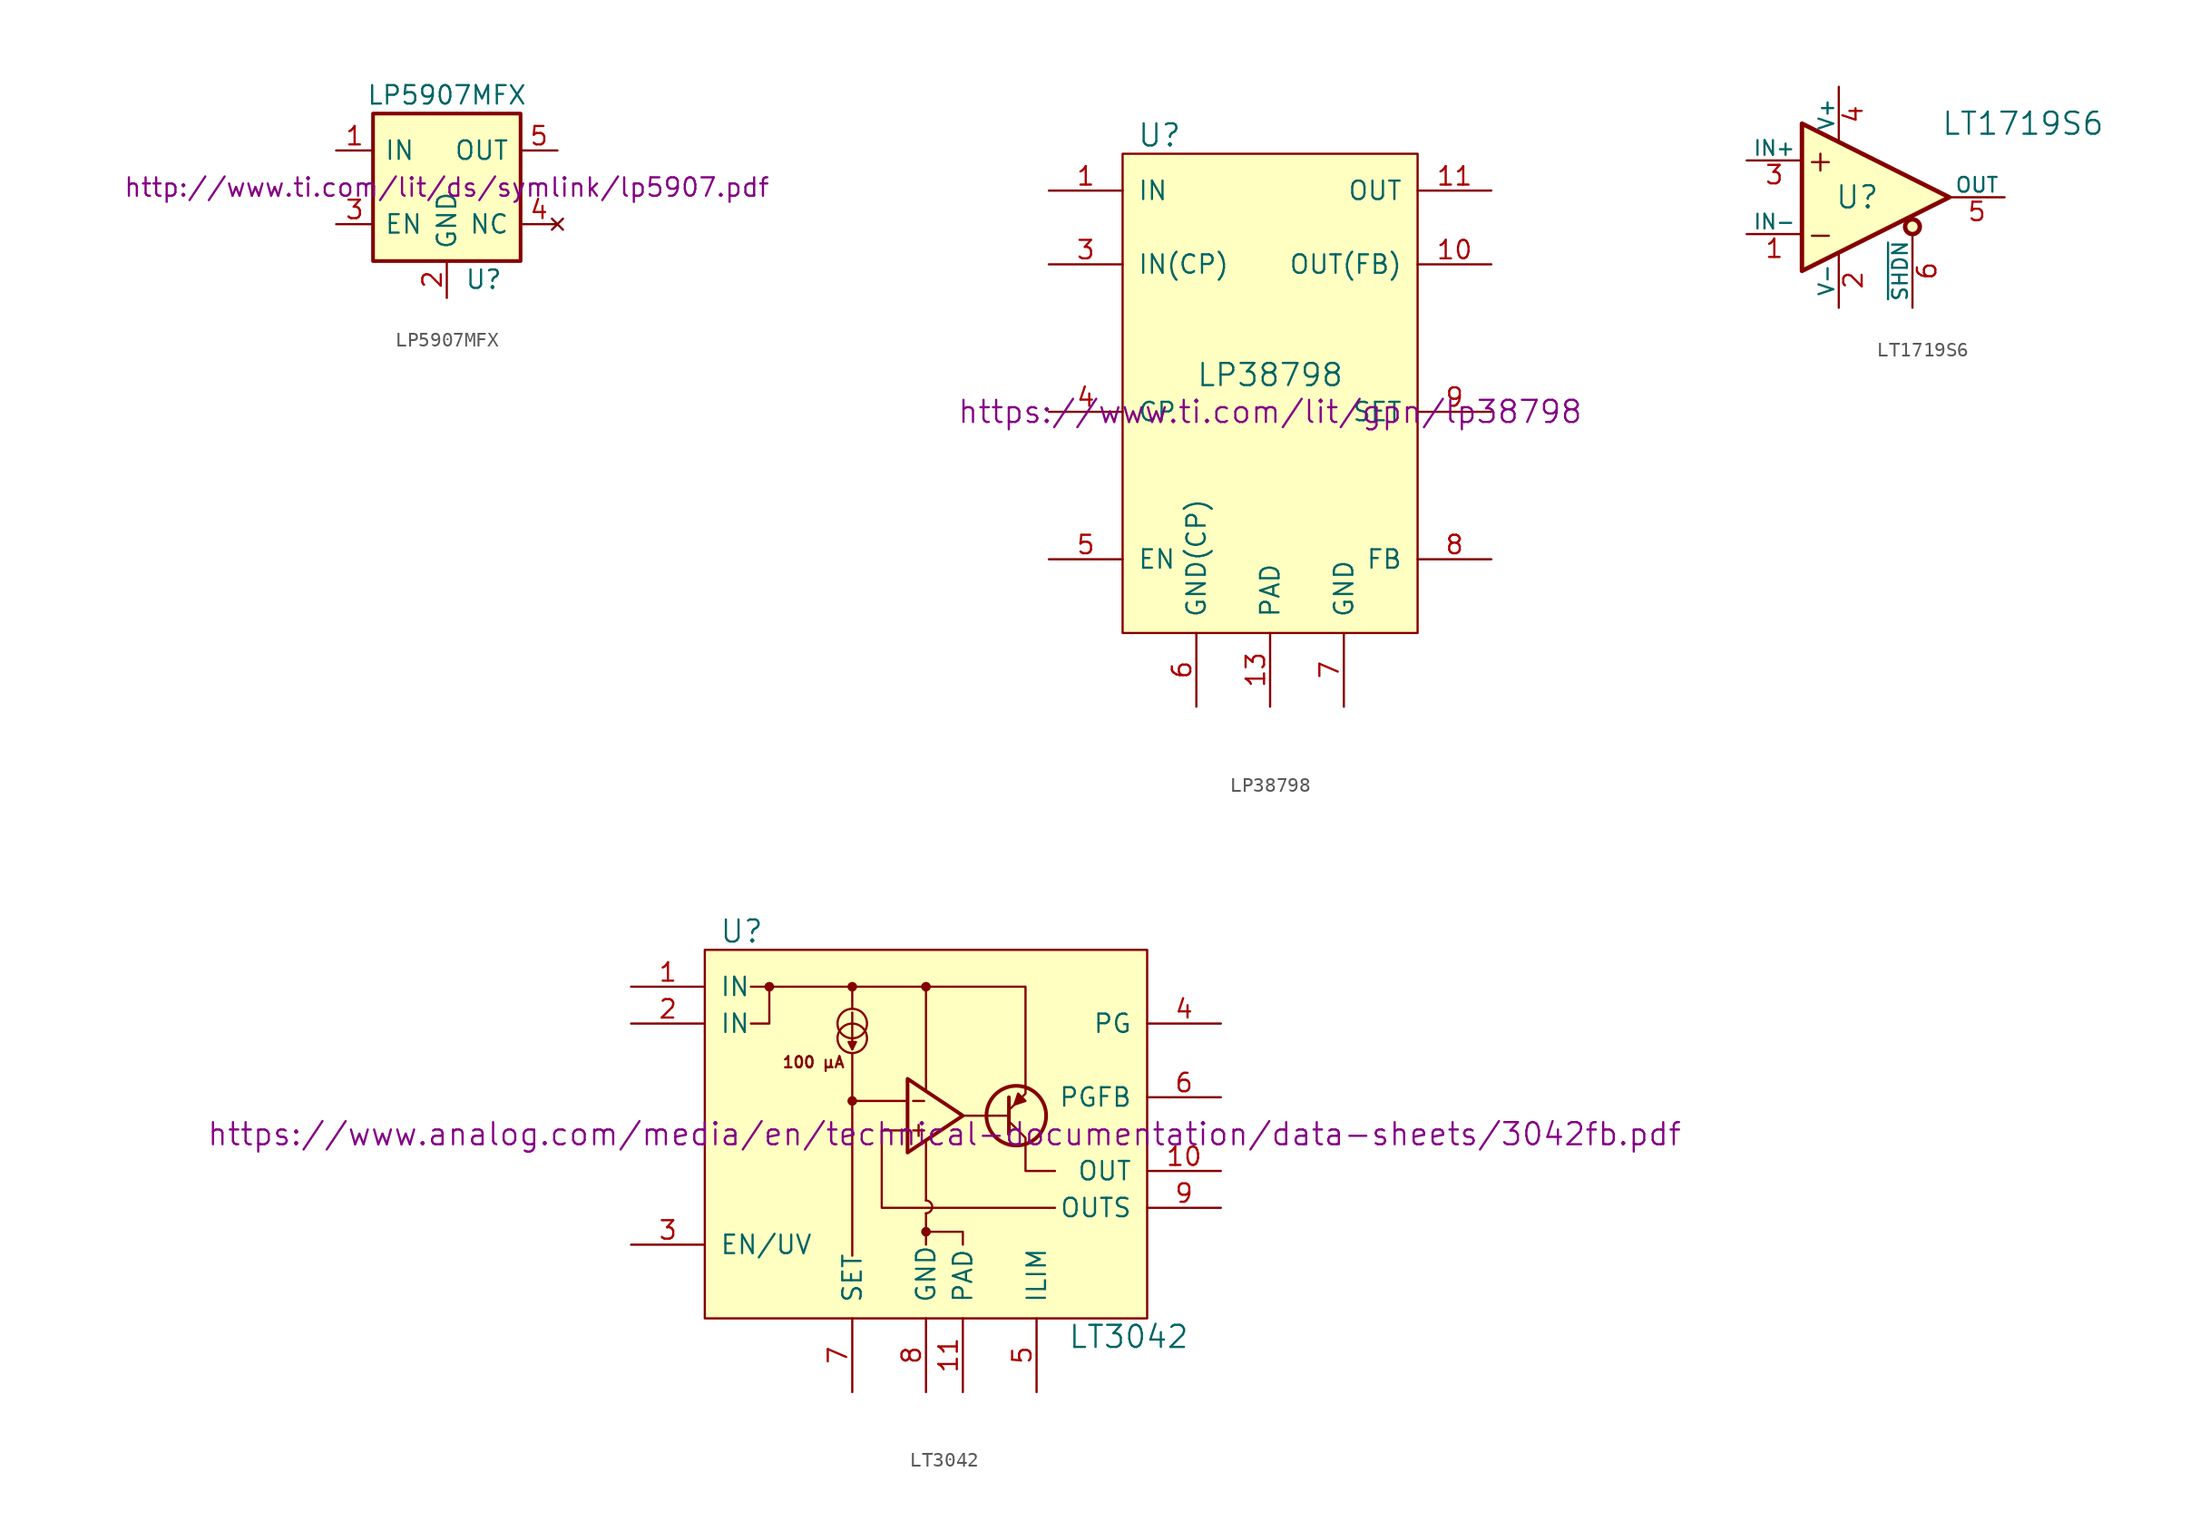
<source format=kicad_sym>
(kicad_symbol_lib
  (version 20231120)
  (generator "kicad_symbol_editor")
  (generator_version "8.0")
  (symbol "LP5907MFX"
    (pin_names
      (offset 0.762))
    (property "Reference" "U"
      (at 2.54 -6.35 0)
      (effects (font (size 1.27 1.27))))
    (property "Value" "LP5907MFX"
      (at 0 6.35 0)
      (effects (font (size 1.27 1.27))))
    (property "Footprint" ""
      (at 0 0 0)
      (effects (font (size 1.27 1.27))))
    (property "Datasheet" "http://www.ti.com/lit/ds/symlink/lp5907.pdf"
      (at 0 0 0)
      (effects (font (size 1.27 1.27))))
    (symbol "LP5907MFX_0_1"
      (rectangle (start -5.08 -5.08) (end 5.08 5.08) (stroke (width 0.254) (type default)) (fill (type background))))
    (symbol "LP5907MFX_1_1"
      (pin power_in line (at -7.62 2.54 0) (length 2.54) (name "IN" (effects (font (size 1.27 1.27)))) (number "1" (effects (font (size 1.27 1.27)))))
      (pin power_in line (at 0 -7.62 90) (length 2.54) (name "GND" (effects (font (size 1.27 1.27)))) (number "2" (effects (font (size 1.27 1.27)))))
      (pin input line (at -7.62 -2.54 0) (length 2.54) (name "EN" (effects (font (size 1.27 1.27)))) (number "3" (effects (font (size 1.27 1.27)))))
      (pin no_connect line (at 7.62 -2.54 180) (length 2.54) (name "NC" (effects (font (size 1.27 1.27)))) (number "4" (effects (font (size 1.27 1.27)))))
      (pin power_out line (at 7.62 2.54 180) (length 2.54) (name "OUT" (effects (font (size 1.27 1.27)))) (number "5" (effects (font (size 1.27 1.27)))))))
  (symbol "LP38798"
    (pin_names
      (offset 1.016))
    (property "Reference" "U"
      (at -7.62 19.05 0)
      (effects (font (size 1.524 1.524))))
    (property "Value" "LP38798"
      (at 0 2.54 0)
      (effects (font (size 1.524 1.524))))
    (property "Footprint" ""
      (at 0 0 0)
      (effects (font (size 1.524 1.524))))
    (property "Datasheet" "https://www.ti.com/lit/gpn/lp38798"
      (at 0 0 0)
      (effects (font (size 1.524 1.524))))
    (symbol "LP38798_0_1"
      (rectangle (start -10.16 17.78) (end 10.16 -15.24) (stroke (width 0) (type default)) (fill (type background))))
    (symbol "LP38798_1_1"
      (pin power_in line (at -15.24 15.24 0) (length 5.08) (name "IN" (effects (font (size 1.27 1.27)))) (number "1" (effects (font (size 1.27 1.27)))))
      (pin input line (at 15.24 10.16 180) (length 5.08) (name "OUT(FB)" (effects (font (size 1.27 1.27)))) (number "10" (effects (font (size 1.27 1.27)))))
      (pin power_out line (at 15.24 15.24 180) (length 5.08) (name "OUT" (effects (font (size 1.27 1.27)))) (number "11" (effects (font (size 1.27 1.27)))))
      (pin power_in line (at 15.24 15.24 180) (length 5.08) hide (name "OUT" (effects (font (size 1.27 1.27)))) (number "12" (effects (font (size 1.27 1.27)))))
      (pin power_in line (at 0 -20.32 90) (length 5.08) (name "PAD" (effects (font (size 1.27 1.27)))) (number "13" (effects (font (size 1.27 1.27)))))
      (pin power_in line (at -15.24 15.24 0) (length 5.08) hide (name "IN" (effects (font (size 1.27 1.27)))) (number "2" (effects (font (size 1.27 1.27)))))
      (pin power_in line (at -15.24 10.16 0) (length 5.08) (name "IN(CP)" (effects (font (size 1.27 1.27)))) (number "3" (effects (font (size 1.27 1.27)))))
      (pin power_out line (at -15.24 0 0) (length 5.08) (name "CP" (effects (font (size 1.27 1.27)))) (number "4" (effects (font (size 1.27 1.27)))))
      (pin input line (at -15.24 -10.16 0) (length 5.08) (name "EN" (effects (font (size 1.27 1.27)))) (number "5" (effects (font (size 1.27 1.27)))))
      (pin power_in line (at -5.08 -20.32 90) (length 5.08) (name "GND(CP)" (effects (font (size 1.27 1.27)))) (number "6" (effects (font (size 1.27 1.27)))))
      (pin power_in line (at 5.08 -20.32 90) (length 5.08) (name "GND" (effects (font (size 1.27 1.27)))) (number "7" (effects (font (size 1.27 1.27)))))
      (pin input line (at 15.24 -10.16 180) (length 5.08) (name "FB" (effects (font (size 1.27 1.27)))) (number "8" (effects (font (size 1.27 1.27)))))
      (pin bidirectional line (at 15.24 0 180) (length 5.08) (name "SET" (effects (font (size 1.27 1.27)))) (number "9" (effects (font (size 1.27 1.27)))))))
  (symbol "LT1719S6"
    (pin_names
      (offset 0))
    (property "Reference" "U"
      (at -1.27 0 0)
      (effects (font (size 1.524 1.524))))
    (property "Value" "LT1719S6"
      (at 10.16 5.08 0)
      (effects (font (size 1.524 1.524))))
    (property "Footprint" ""
      (at 0 0 0)
      (effects (font (size 1.524 1.524))))
    (property "Datasheet" ""
      (at 0 0 0)
      (effects (font (size 1.524 1.524))))
    (symbol "LT1719S6_0_0"
      (text "+" (at -3.81 2.54 0) (effects (font (size 1.524 1.524))))
      (text "-" (at -3.81 -2.54 0) (effects (font (size 1.524 1.524)))))
    (symbol "LT1719S6_0_1"
      (polyline (pts (xy -5.08 5.08) (xy -5.08 -5.08) (xy 5.08 0) (xy -5.08 5.08)) (stroke (width 0.305) (type default)) (fill (type background)))
      (circle (center 2.54 -2.032) (radius 0.508) (stroke (width 0.305) (type default)) (fill (type background))))
    (symbol "LT1719S6_1_1"
      (pin input line (at -8.89 -2.54 0) (length 3.81) (name "IN-" (effects (font (size 1.016 1.016)))) (number "1" (effects (font (size 1.27 1.27)))))
      (pin power_in line (at -2.54 -7.62 90) (length 3.81) (name "V-" (effects (font (size 1.016 1.016)))) (number "2" (effects (font (size 1.27 1.27)))))
      (pin input line (at -8.89 2.54 0) (length 3.81) (name "IN+" (effects (font (size 1.016 1.016)))) (number "3" (effects (font (size 1.27 1.27)))))
      (pin power_in line (at -2.54 7.62 270) (length 3.81) (name "V+" (effects (font (size 1.016 1.016)))) (number "4" (effects (font (size 1.27 1.27)))))
      (pin output line (at 8.89 0 180) (length 3.81) (name "OUT" (effects (font (size 1.016 1.016)))) (number "5" (effects (font (size 1.27 1.27)))))
      (pin input line (at 2.54 -7.62 90) (length 5.08) (name "~{SHDN}" (effects (font (size 1.016 1.016)))) (number "6" (effects (font (size 1.27 1.27)))))))
  (symbol "LT3042"
    (pin_names
      (offset 1.016))
    (property "Reference" "U"
      (at -12.7 13.97 0)
      (effects (font (size 1.524 1.524))))
    (property "Value" "LT3042"
      (at 13.97 -13.97 0)
      (effects (font (size 1.524 1.524))))
    (property "Datasheet" "https://www.analog.com/media/en/technical-documentation/data-sheets/3042fb.pdf"
      (at 1.27 0 0)
      (effects (font (size 1.524 1.524))))
    (symbol "LT3042_0_0"
      (circle (center -10.795 10.16) (radius 0.254) (stroke (width 0) (type default)) (fill (type outline)))
      (circle (center -5.08 2.286) (radius 0.254) (stroke (width 0) (type default)) (fill (type outline)))
      (circle (center -5.08 10.16) (radius 0.254) (stroke (width 0) (type default)) (fill (type outline)))
      (circle (center 0 -6.731) (radius 0.254) (stroke (width 0) (type default)) (fill (type outline)))
      (arc (start 0 -5.461) (mid 0.4318 -5.0292) (end 0 -4.572) (stroke (width 0) (type default)) (fill (type none)))
      (polyline (pts (xy 0 -7.62) (xy 0 -5.461)) (stroke (width 0) (type default)) (fill (type none)))
      (polyline (pts (xy 0 -4.572) (xy 0 -0.508)) (stroke (width 0) (type default)) (fill (type none)))
      (polyline (pts (xy 2.54 -7.62) (xy 2.54 -6.731) (xy 0 -6.731)) (stroke (width 0) (type default)) (fill (type none)))
      (circle (center 0 10.16) (radius 0.254) (stroke (width 0) (type default)) (fill (type outline)))
      (text "100 µA" (at -7.747 4.953 0) (effects (font (size 0.762 0.762)))))
    (symbol "LT3042_0_1"
      (rectangle (start -15.24 12.7) (end 15.24 -12.7) (stroke (width 0) (type default)) (fill (type background)))
      (circle (center -5.08 6.604) (radius 1.016) (stroke (width 0) (type default)) (fill (type none)))
      (circle (center -5.08 7.62) (radius 1.016) (stroke (width 0) (type default)) (fill (type none)))
      (polyline (pts (xy -5.08 5.588) (xy -5.08 2.286)) (stroke (width 0) (type default)) (fill (type none)))
      (polyline (pts (xy -5.08 5.842) (xy -5.08 8.382)) (stroke (width 0) (type default)) (fill (type none)))
      (polyline (pts (xy -5.08 8.636) (xy -5.08 10.16)) (stroke (width 0) (type default)) (fill (type none)))
      (polyline (pts (xy -0.889 0.254) (xy -0.127 0.254)) (stroke (width 0) (type default)) (fill (type none)))
      (polyline (pts (xy -0.889 2.286) (xy -0.127 2.286)) (stroke (width 0) (type default)) (fill (type none)))
      (polyline (pts (xy -0.508 0.635) (xy -0.508 -0.127)) (stroke (width 0) (type default)) (fill (type none)))
      (polyline (pts (xy 0 3.048) (xy 0 10.16)) (stroke (width 0) (type default)) (fill (type none)))
      (polyline (pts (xy 2.54 1.27) (xy 5.715 1.27)) (stroke (width 0) (type default)) (fill (type none)))
      (polyline (pts (xy 5.715 2.54) (xy 5.715 0)) (stroke (width 0.254) (type default)) (fill (type none)))
      (polyline (pts (xy -12.065 7.62) (xy -10.795 7.62) (xy -10.795 10.16)) (stroke (width 0) (type default)) (fill (type none)))
      (polyline (pts (xy -5.08 -8.382) (xy -5.08 2.286) (xy -1.27 2.286)) (stroke (width 0) (type default)) (fill (type none)))
      (polyline (pts (xy -5.08 5.842) (xy -4.826 6.35) (xy -5.334 6.35) (xy -5.08 5.842)) (stroke (width 0) (type default)) (fill (type outline)))
      (polyline (pts (xy -1.27 3.81) (xy -1.27 -1.27) (xy 2.54 1.27) (xy -1.27 3.81)) (stroke (width 0.254) (type default)) (fill (type none)))
      (polyline (pts (xy 5.842 1.778) (xy 6.858 2.794) (xy 6.858 10.16) (xy -12.065 10.16)) (stroke (width 0) (type default)) (fill (type none)))
      (polyline (pts (xy 6.096 2.032) (xy 6.35 2.794) (xy 6.858 2.286) (xy 6.096 2.032)) (stroke (width 0) (type default)) (fill (type outline)))
      (polyline (pts (xy 8.89 -5.08) (xy -3.048 -5.08) (xy -3.048 0.254) (xy -1.27 0.254)) (stroke (width 0) (type default)) (fill (type none)))
      (polyline (pts (xy 5.842 0.762) (xy 6.858 -0.254) (xy 6.858 -2.286) (xy 6.858 -2.54) (xy 8.89 -2.54)) (stroke (width 0) (type default)) (fill (type none)))
      (circle (center 6.223 1.27) (radius 2.057) (stroke (width 0.254) (type default)) (fill (type none))))
    (symbol "LT3042_1_1"
      (pin power_in line (at -20.32 10.16 0) (length 5.08) (name "IN" (effects (font (size 1.27 1.27)))) (number "1" (effects (font (size 1.27 1.27)))))
      (pin power_out line (at 20.32 -2.54 180) (length 5.08) (name "OUT" (effects (font (size 1.27 1.27)))) (number "10" (effects (font (size 1.27 1.27)))))
      (pin power_in line (at 2.54 -17.78 90) (length 5.08) (name "PAD" (effects (font (size 1.27 1.27)))) (number "11" (effects (font (size 1.27 1.27)))))
      (pin power_in line (at -20.32 7.62 0) (length 5.08) (name "IN" (effects (font (size 1.27 1.27)))) (number "2" (effects (font (size 1.27 1.27)))))
      (pin input line (at -20.32 -7.62 0) (length 5.08) (name "EN/UV" (effects (font (size 1.27 1.27)))) (number "3" (effects (font (size 1.27 1.27)))))
      (pin output line (at 20.32 7.62 180) (length 5.08) (name "PG" (effects (font (size 1.27 1.27)))) (number "4" (effects (font (size 1.27 1.27)))))
      (pin input line (at 7.62 -17.78 90) (length 5.08) (name "ILIM" (effects (font (size 1.27 1.27)))) (number "5" (effects (font (size 1.27 1.27)))))
      (pin input line (at 20.32 2.54 180) (length 5.08) (name "PGFB" (effects (font (size 1.27 1.27)))) (number "6" (effects (font (size 1.27 1.27)))))
      (pin input line (at -5.08 -17.78 90) (length 5.08) (name "SET" (effects (font (size 1.27 1.27)))) (number "7" (effects (font (size 1.27 1.27)))))
      (pin power_in line (at 0 -17.78 90) (length 5.08) (name "GND" (effects (font (size 1.27 1.27)))) (number "8" (effects (font (size 1.27 1.27)))))
      (pin input line (at 20.32 -5.08 180) (length 5.08) (name "OUTS" (effects (font (size 1.27 1.27)))) (number "9" (effects (font (size 1.27 1.27))))))))
</source>
